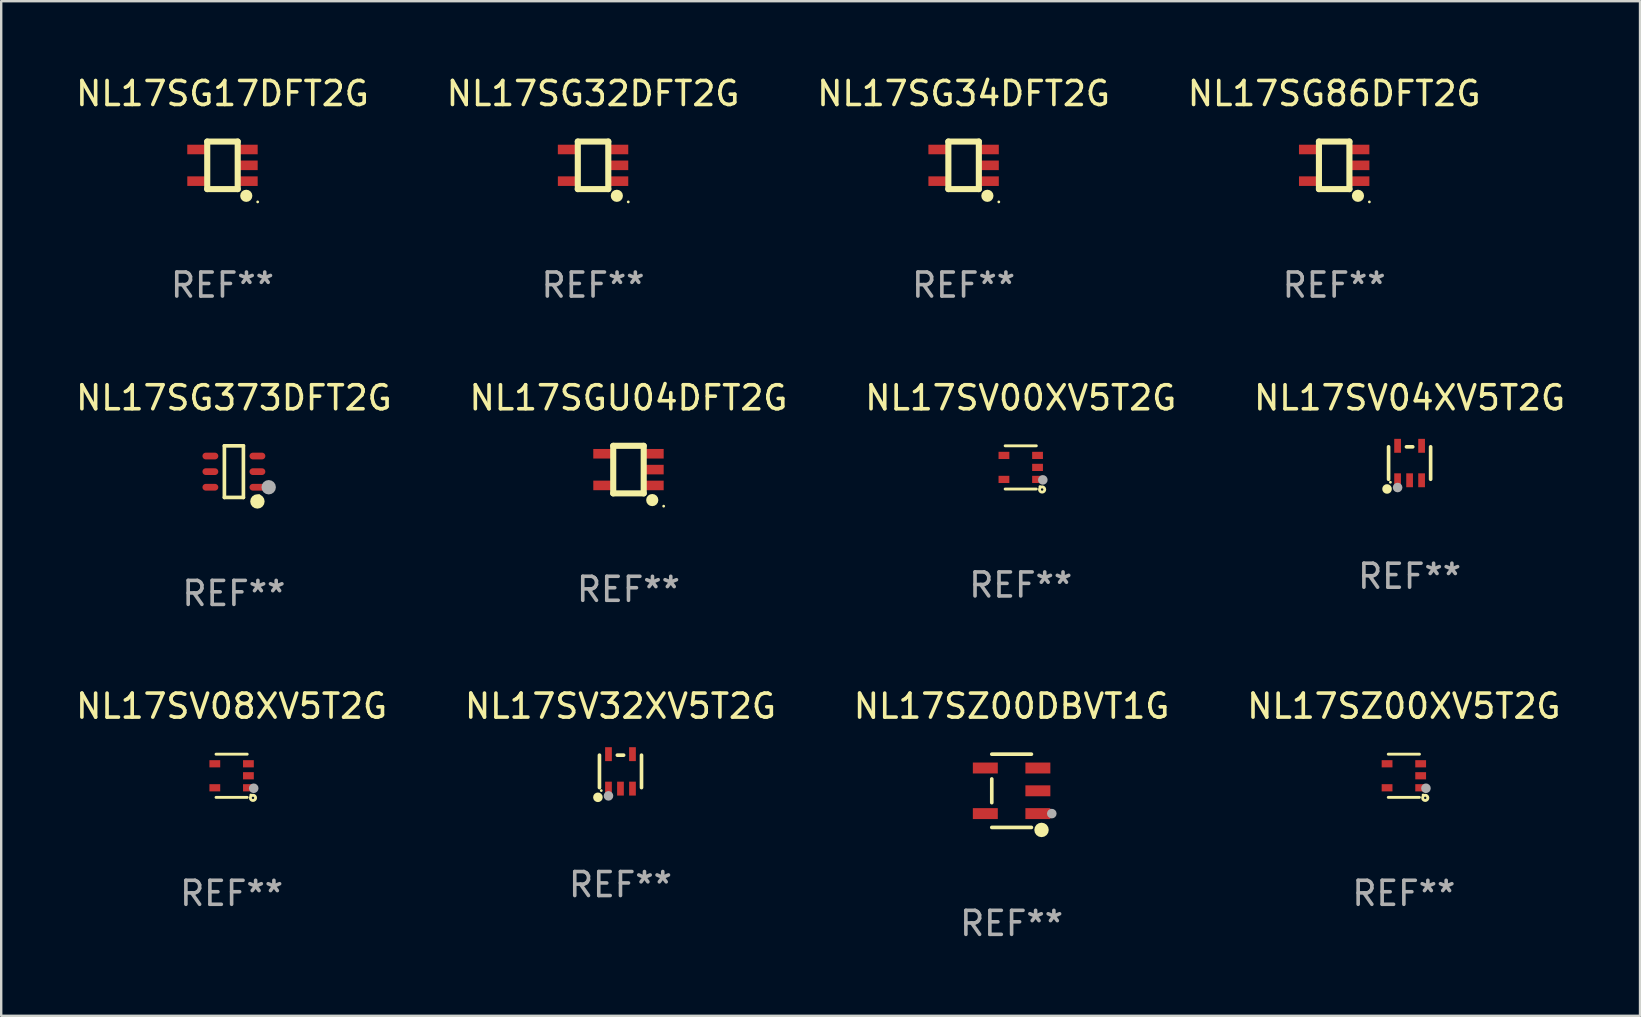
<source format=kicad_pcb>
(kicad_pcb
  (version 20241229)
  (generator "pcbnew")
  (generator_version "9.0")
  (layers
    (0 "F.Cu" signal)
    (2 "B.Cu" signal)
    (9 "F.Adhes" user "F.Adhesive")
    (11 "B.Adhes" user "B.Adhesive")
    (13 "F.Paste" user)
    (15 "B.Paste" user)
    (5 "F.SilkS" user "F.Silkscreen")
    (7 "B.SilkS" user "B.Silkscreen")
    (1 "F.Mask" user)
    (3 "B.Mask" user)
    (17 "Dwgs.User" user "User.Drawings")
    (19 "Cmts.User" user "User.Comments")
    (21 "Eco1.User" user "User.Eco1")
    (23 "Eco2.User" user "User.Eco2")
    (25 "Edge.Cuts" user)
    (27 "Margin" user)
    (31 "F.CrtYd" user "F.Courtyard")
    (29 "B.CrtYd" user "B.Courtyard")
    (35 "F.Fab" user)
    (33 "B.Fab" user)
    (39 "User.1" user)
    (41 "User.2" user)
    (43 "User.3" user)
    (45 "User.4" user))
  (footprint "NL17SV04XV5T2G"
    (layer "F.Cu")
    (at 55.685 16.244)
    (property "Reference" "NL17SV04XV5T2G" (at 0 -2.718 0) (layer "F.SilkS") (effects (font (size 1 1) (thickness 0.15))))
    (attr through_hole)
    (fp_line (start -0.876 0.676) (end -0.876 -0.676) (stroke (width 0.152) (type solid)) (layer "F.SilkS"))
    (fp_line (start 0.131 -0.676) (end -0.131 -0.676) (stroke (width 0.152) (type solid)) (layer "F.SilkS"))
    (fp_line (start 0.876 0.676) (end 0.876 -0.676) (stroke (width 0.152) (type solid)) (layer "F.SilkS"))
    (fp_circle (center -0.94 1.08) (end -0.84 1.08) (stroke (width 0.2) (type solid)) (fill no) (layer "F.SilkS"))
    (fp_circle (center -0.8 0.8) (end -0.77 0.8) (stroke (width 0.06) (type solid)) (fill no) (layer "F.SilkS"))
    (fp_circle (center -0.5 1.02) (end -0.4 1.02) (stroke (width 0.2) (type solid)) (fill no) (layer "F.Fab"))
    (fp_text user "REF**" (at 0 4.718 0) (layer "F.Fab") (effects (font (size 1 1) (thickness 0.15))))
    (pad "1" smd rect (at -0.5 0.718) (size 0.28 0.58) (layers "F.Cu" "F.Mask" "F.Paste"))
    (pad "2" smd rect (at -0.000102 0.718) (size 0.28 0.58) (layers "F.Cu" "F.Mask" "F.Paste"))
    (pad "3" smd rect (at 0.5 0.718) (size 0.28 0.58) (layers "F.Cu" "F.Mask" "F.Paste"))
    (pad "4" smd rect (at 0.5 -0.718) (size 0.28 0.58) (layers "F.Cu" "F.Mask" "F.Paste"))
    (pad "5" smd rect (at -0.5 -0.718) (size 0.28 0.58) (layers "F.Cu" "F.Mask" "F.Paste")))
  (footprint "NL17SG34DFT2G"
    (layer "F.Cu")
    (at 37.101 3.839)
    (property "Reference" "NL17SG34DFT2G" (at 0 -2.991 0) (layer "F.SilkS") (effects (font (size 1 1) (thickness 0.15))))
    (attr through_hole)
    (fp_line (start -0.635 -0.991) (end 0.635 -0.991) (stroke (width 0.254) (type solid)) (layer "F.SilkS"))
    (fp_line (start -0.635 0.991) (end -0.635 -0.991) (stroke (width 0.254) (type solid)) (layer "F.SilkS"))
    (fp_line (start 0.635 -0.991) (end 0.635 0.991) (stroke (width 0.254) (type solid)) (layer "F.SilkS"))
    (fp_line (start 0.635 0.991) (end -0.635 0.991) (stroke (width 0.254) (type solid)) (layer "F.SilkS"))
    (fp_circle (center 0.991 1.27) (end 1.118 1.27) (stroke (width 0.254) (type solid)) (fill no) (layer "F.SilkS"))
    (fp_circle (center 1.467 1.524) (end 1.497 1.524) (stroke (width 0.06) (type solid)) (fill no) (layer "F.SilkS"))
    (fp_text user "REF**" (at 0 4.991 0) (layer "F.Fab") (effects (font (size 1 1) (thickness 0.15))))
    (pad "1" smd rect (at 1.067 0.66 180) (size 0.8 0.399) (layers "F.Cu" "F.Mask" "F.Paste"))
    (pad "2" smd rect (at 1.067 0 180) (size 0.8 0.399) (layers "F.Cu" "F.Mask" "F.Paste"))
    (pad "3" smd rect (at 1.067 -0.66 180) (size 0.8 0.399) (layers "F.Cu" "F.Mask" "F.Paste"))
    (pad "4" smd rect (at -1.067 -0.66 180) (size 0.8 0.399) (layers "F.Cu" "F.Mask" "F.Paste"))
    (pad "5" smd rect (at -1.066 0.659 180) (size 0.8 0.399) (layers "F.Cu" "F.Mask" "F.Paste")))
  (footprint "NL17SG373DFT2G"
    (layer "F.Cu")
    (at 6.696 16.602)
    (property "Reference" "NL17SG373DFT2G" (at 0 -3.076 0) (layer "F.SilkS") (effects (font (size 1 1) (thickness 0.15))))
    (attr through_hole)
    (fp_line (start -0.396 -1.076) (end 0.396 -1.076) (stroke (width 0.152) (type solid)) (layer "F.SilkS"))
    (fp_line (start -0.396 1.076) (end -0.396 -1.076) (stroke (width 0.152) (type solid)) (layer "F.SilkS"))
    (fp_line (start 0.396 -1.076) (end 0.396 1.076) (stroke (width 0.152) (type solid)) (layer "F.SilkS"))
    (fp_line (start 0.396 1.076) (end -0.396 1.076) (stroke (width 0.152) (type solid)) (layer "F.SilkS"))
    (fp_circle (center 0.98 1.242) (end 1.13 1.242) (stroke (width 0.3) (type solid)) (fill no) (layer "F.SilkS"))
    (fp_circle (center 1.05 1) (end 1.08 1) (stroke (width 0.06) (type solid)) (fill no) (layer "F.SilkS"))
    (fp_circle (center 1.45 0.65) (end 1.6 0.65) (stroke (width 0.3) (type solid)) (fill no) (layer "F.Fab"))
    (fp_text user "REF**" (at 0 5.076 0) (layer "F.Fab") (effects (font (size 1 1) (thickness 0.15))))
    (pad "1" smd oval (at 0.98 0.65 90) (size 0.28 0.66) (layers "F.Cu" "F.Mask" "F.Paste"))
    (pad "2" smd oval (at 0.98 0 90) (size 0.28 0.66) (layers "F.Cu" "F.Mask" "F.Paste"))
    (pad "3" smd oval (at 0.98 -0.65 90) (size 0.28 0.66) (layers "F.Cu" "F.Mask" "F.Paste"))
    (pad "4" smd oval (at -0.98 -0.65 90) (size 0.28 0.66) (layers "F.Cu" "F.Mask" "F.Paste"))
    (pad "5" smd oval (at -0.98 0 90) (size 0.28 0.66) (layers "F.Cu" "F.Mask" "F.Paste"))
    (pad "6" smd oval (at -0.98 0.65 90) (size 0.28 0.66) (layers "F.Cu" "F.Mask" "F.Paste")))
  (footprint "NL17SGU04DFT2G"
    (layer "F.Cu")
    (at 23.137 16.517)
    (property "Reference" "NL17SGU04DFT2G" (at 0 -2.991 0) (layer "F.SilkS") (effects (font (size 1 1) (thickness 0.15))))
    (attr through_hole)
    (fp_line (start -0.635 -0.991) (end 0.635 -0.991) (stroke (width 0.254) (type solid)) (layer "F.SilkS"))
    (fp_line (start -0.635 0.991) (end -0.635 -0.991) (stroke (width 0.254) (type solid)) (layer "F.SilkS"))
    (fp_line (start 0.635 -0.991) (end 0.635 0.991) (stroke (width 0.254) (type solid)) (layer "F.SilkS"))
    (fp_line (start 0.635 0.991) (end -0.635 0.991) (stroke (width 0.254) (type solid)) (layer "F.SilkS"))
    (fp_circle (center 0.991 1.27) (end 1.118 1.27) (stroke (width 0.254) (type solid)) (fill no) (layer "F.SilkS"))
    (fp_circle (center 1.467 1.524) (end 1.497 1.524) (stroke (width 0.06) (type solid)) (fill no) (layer "F.SilkS"))
    (fp_text user "REF**" (at 0 4.991 0) (layer "F.Fab") (effects (font (size 1 1) (thickness 0.15))))
    (pad "1" smd rect (at 1.067 0.66 180) (size 0.8 0.399) (layers "F.Cu" "F.Mask" "F.Paste"))
    (pad "2" smd rect (at 1.067 0 180) (size 0.8 0.399) (layers "F.Cu" "F.Mask" "F.Paste"))
    (pad "3" smd rect (at 1.067 -0.66 180) (size 0.8 0.399) (layers "F.Cu" "F.Mask" "F.Paste"))
    (pad "4" smd rect (at -1.067 -0.66 180) (size 0.8 0.399) (layers "F.Cu" "F.Mask" "F.Paste"))
    (pad "5" smd rect (at -1.066 0.659 180) (size 0.8 0.399) (layers "F.Cu" "F.Mask" "F.Paste")))
  (footprint "NL17SV32XV5T2G"
    (layer "F.Cu")
    (at 22.804 29.092)
    (property "Reference" "NL17SV32XV5T2G" (at 0 -2.718 0) (layer "F.SilkS") (effects (font (size 1 1) (thickness 0.15))))
    (attr through_hole)
    (fp_line (start -0.876 0.676) (end -0.876 -0.676) (stroke (width 0.152) (type solid)) (layer "F.SilkS"))
    (fp_line (start 0.131 -0.676) (end -0.131 -0.676) (stroke (width 0.152) (type solid)) (layer "F.SilkS"))
    (fp_line (start 0.876 0.676) (end 0.876 -0.676) (stroke (width 0.152) (type solid)) (layer "F.SilkS"))
    (fp_circle (center -0.94 1.08) (end -0.84 1.08) (stroke (width 0.2) (type solid)) (fill no) (layer "F.SilkS"))
    (fp_circle (center -0.8 0.8) (end -0.77 0.8) (stroke (width 0.06) (type solid)) (fill no) (layer "F.SilkS"))
    (fp_circle (center -0.5 1.02) (end -0.4 1.02) (stroke (width 0.2) (type solid)) (fill no) (layer "F.Fab"))
    (fp_text user "REF**" (at 0 4.718 0) (layer "F.Fab") (effects (font (size 1 1) (thickness 0.15))))
    (pad "1" smd rect (at -0.5 0.718) (size 0.28 0.58) (layers "F.Cu" "F.Mask" "F.Paste"))
    (pad "2" smd rect (at -0.000102 0.718) (size 0.28 0.58) (layers "F.Cu" "F.Mask" "F.Paste"))
    (pad "3" smd rect (at 0.5 0.718) (size 0.28 0.58) (layers "F.Cu" "F.Mask" "F.Paste"))
    (pad "4" smd rect (at 0.5 -0.718) (size 0.28 0.58) (layers "F.Cu" "F.Mask" "F.Paste"))
    (pad "5" smd rect (at -0.5 -0.718) (size 0.28 0.58) (layers "F.Cu" "F.Mask" "F.Paste")))
  (footprint "NL17SZ00XV5T2G"
    (layer "F.Cu")
    (at 55.446 29.275)
    (property "Reference" "NL17SZ00XV5T2G" (at 0 -2.9 0) (layer "F.SilkS") (effects (font (size 1 1) (thickness 0.15))))
    (attr through_hole)
    (fp_line (start -0.65 -0.9) (end 0.65 -0.9) (stroke (width 0.12) (type solid)) (layer "F.SilkS"))
    (fp_line (start -0.65 0.9) (end 0.65 0.9) (stroke (width 0.12) (type solid)) (layer "F.SilkS"))
    (fp_circle (center 0.8 0.8) (end 0.83 0.8) (stroke (width 0.06) (type solid)) (fill no) (layer "F.SilkS"))
    (fp_circle (center 0.89 0.92) (end 0.94 0.92) (stroke (width 0.12) (type solid)) (fill no) (layer "F.SilkS"))
    (fp_circle (center 0.92 0.52) (end 1.02 0.52) (stroke (width 0.2) (type solid)) (fill no) (layer "F.Fab"))
    (fp_text user "REF**" (at 0 4.9 0) (layer "F.Fab") (effects (font (size 1 1) (thickness 0.15))))
    (pad "1" smd rect (at 0.7 0.5) (size 0.45 0.3) (layers "F.Cu" "F.Mask" "F.Paste"))
    (pad "2" smd rect (at 0.7 -0.000356) (size 0.45 0.3) (layers "F.Cu" "F.Mask" "F.Paste"))
    (pad "3" smd rect (at 0.7 -0.5) (size 0.45 0.3) (layers "F.Cu" "F.Mask" "F.Paste"))
    (pad "4" smd rect (at -0.7 -0.5) (size 0.45 0.3) (layers "F.Cu" "F.Mask" "F.Paste"))
    (pad "5" smd rect (at -0.7 0.5) (size 0.45 0.3) (layers "F.Cu" "F.Mask" "F.Paste")))
  (footprint "NL17SV08XV5T2G"
    (layer "F.Cu")
    (at 6.601 29.275)
    (property "Reference" "NL17SV08XV5T2G" (at 0 -2.9 0) (layer "F.SilkS") (effects (font (size 1 1) (thickness 0.15))))
    (attr through_hole)
    (fp_line (start -0.65 -0.9) (end 0.65 -0.9) (stroke (width 0.12) (type solid)) (layer "F.SilkS"))
    (fp_line (start -0.65 0.9) (end 0.65 0.9) (stroke (width 0.12) (type solid)) (layer "F.SilkS"))
    (fp_circle (center 0.8 0.8) (end 0.83 0.8) (stroke (width 0.06) (type solid)) (fill no) (layer "F.SilkS"))
    (fp_circle (center 0.89 0.92) (end 0.94 0.92) (stroke (width 0.12) (type solid)) (fill no) (layer "F.SilkS"))
    (fp_circle (center 0.92 0.52) (end 1.02 0.52) (stroke (width 0.2) (type solid)) (fill no) (layer "F.Fab"))
    (fp_text user "REF**" (at 0 4.9 0) (layer "F.Fab") (effects (font (size 1 1) (thickness 0.15))))
    (pad "1" smd rect (at 0.7 0.5) (size 0.45 0.3) (layers "F.Cu" "F.Mask" "F.Paste"))
    (pad "2" smd rect (at 0.7 -0.000356) (size 0.45 0.3) (layers "F.Cu" "F.Mask" "F.Paste"))
    (pad "3" smd rect (at 0.7 -0.5) (size 0.45 0.3) (layers "F.Cu" "F.Mask" "F.Paste"))
    (pad "4" smd rect (at -0.7 -0.5) (size 0.45 0.3) (layers "F.Cu" "F.Mask" "F.Paste"))
    (pad "5" smd rect (at -0.7 0.5) (size 0.45 0.3) (layers "F.Cu" "F.Mask" "F.Paste")))
  (footprint "NL17SG86DFT2G"
    (layer "F.Cu")
    (at 52.542 3.839)
    (property "Reference" "NL17SG86DFT2G" (at 0 -2.991 0) (layer "F.SilkS") (effects (font (size 1 1) (thickness 0.15))))
    (attr through_hole)
    (fp_line (start -0.635 -0.991) (end 0.635 -0.991) (stroke (width 0.254) (type solid)) (layer "F.SilkS"))
    (fp_line (start -0.635 0.991) (end -0.635 -0.991) (stroke (width 0.254) (type solid)) (layer "F.SilkS"))
    (fp_line (start 0.635 -0.991) (end 0.635 0.991) (stroke (width 0.254) (type solid)) (layer "F.SilkS"))
    (fp_line (start 0.635 0.991) (end -0.635 0.991) (stroke (width 0.254) (type solid)) (layer "F.SilkS"))
    (fp_circle (center 0.991 1.27) (end 1.118 1.27) (stroke (width 0.254) (type solid)) (fill no) (layer "F.SilkS"))
    (fp_circle (center 1.467 1.524) (end 1.497 1.524) (stroke (width 0.06) (type solid)) (fill no) (layer "F.SilkS"))
    (fp_text user "REF**" (at 0 4.991 0) (layer "F.Fab") (effects (font (size 1 1) (thickness 0.15))))
    (pad "1" smd rect (at 1.067 0.66 180) (size 0.8 0.399) (layers "F.Cu" "F.Mask" "F.Paste"))
    (pad "2" smd rect (at 1.067 0 180) (size 0.8 0.399) (layers "F.Cu" "F.Mask" "F.Paste"))
    (pad "3" smd rect (at 1.067 -0.66 180) (size 0.8 0.399) (layers "F.Cu" "F.Mask" "F.Paste"))
    (pad "4" smd rect (at -1.067 -0.66 180) (size 0.8 0.399) (layers "F.Cu" "F.Mask" "F.Paste"))
    (pad "5" smd rect (at -1.066 0.659 180) (size 0.8 0.399) (layers "F.Cu" "F.Mask" "F.Paste")))
  (footprint "NL17SZ00DBVT1G"
    (layer "F.Cu")
    (at 39.101 29.901)
    (property "Reference" "NL17SZ00DBVT1G" (at 0 -3.526 0) (layer "F.SilkS") (effects (font (size 1 1) (thickness 0.15))))
    (attr through_hole)
    (fp_line (start -0.826 -0.494) (end -0.826 0.494) (stroke (width 0.152) (type solid)) (layer "F.SilkS"))
    (fp_line (start 0.826 -1.526) (end -0.826 -1.526) (stroke (width 0.152) (type solid)) (layer "F.SilkS"))
    (fp_line (start 0.826 1.526) (end -0.826 1.526) (stroke (width 0.152) (type solid)) (layer "F.SilkS"))
    (fp_circle (center 1.247 1.63) (end 1.398 1.63) (stroke (width 0.3) (type solid)) (fill no) (layer "F.SilkS"))
    (fp_circle (center 1.375 1.45) (end 1.405 1.45) (stroke (width 0.06) (type solid)) (fill no) (layer "F.SilkS"))
    (fp_circle (center 1.675 0.95) (end 1.775 0.95) (stroke (width 0.2) (type solid)) (fill no) (layer "F.Fab"))
    (fp_text user "REF**" (at 0 5.526 0) (layer "F.Fab") (effects (font (size 1 1) (thickness 0.15))))
    (pad "1" smd rect (at 1.095 0.95 270) (size 0.455 1.04) (layers "F.Cu" "F.Mask" "F.Paste"))
    (pad "2" smd rect (at 1.095 0 270) (size 0.455 1.04) (layers "F.Cu" "F.Mask" "F.Paste"))
    (pad "3" smd rect (at 1.095 -0.95 270) (size 0.455 1.04) (layers "F.Cu" "F.Mask" "F.Paste"))
    (pad "4" smd rect (at -1.095 -0.95 270) (size 0.455 1.04) (layers "F.Cu" "F.Mask" "F.Paste"))
    (pad "5" smd rect (at -1.095 0.95 270) (size 0.455 1.04) (layers "F.Cu" "F.Mask" "F.Paste")))
  (footprint "NL17SV00XV5T2G"
    (layer "F.Cu")
    (at 39.482 16.426)
    (property "Reference" "NL17SV00XV5T2G" (at 0 -2.9 0) (layer "F.SilkS") (effects (font (size 1 1) (thickness 0.15))))
    (attr through_hole)
    (fp_line (start -0.65 -0.9) (end 0.65 -0.9) (stroke (width 0.12) (type solid)) (layer "F.SilkS"))
    (fp_line (start -0.65 0.9) (end 0.65 0.9) (stroke (width 0.12) (type solid)) (layer "F.SilkS"))
    (fp_circle (center 0.8 0.8) (end 0.83 0.8) (stroke (width 0.06) (type solid)) (fill no) (layer "F.SilkS"))
    (fp_circle (center 0.89 0.92) (end 0.94 0.92) (stroke (width 0.12) (type solid)) (fill no) (layer "F.SilkS"))
    (fp_circle (center 0.92 0.52) (end 1.02 0.52) (stroke (width 0.2) (type solid)) (fill no) (layer "F.Fab"))
    (fp_text user "REF**" (at 0 4.9 0) (layer "F.Fab") (effects (font (size 1 1) (thickness 0.15))))
    (pad "1" smd rect (at 0.7 0.5) (size 0.45 0.3) (layers "F.Cu" "F.Mask" "F.Paste"))
    (pad "2" smd rect (at 0.7 -0.000356) (size 0.45 0.3) (layers "F.Cu" "F.Mask" "F.Paste"))
    (pad "3" smd rect (at 0.7 -0.5) (size 0.45 0.3) (layers "F.Cu" "F.Mask" "F.Paste"))
    (pad "4" smd rect (at -0.7 -0.5) (size 0.45 0.3) (layers "F.Cu" "F.Mask" "F.Paste"))
    (pad "5" smd rect (at -0.7 0.5) (size 0.45 0.3) (layers "F.Cu" "F.Mask" "F.Paste")))
  (footprint "NL17SG17DFT2G"
    (layer "F.Cu")
    (at 6.22 3.839)
    (property "Reference" "NL17SG17DFT2G" (at 0 -2.991 0) (layer "F.SilkS") (effects (font (size 1 1) (thickness 0.15))))
    (attr through_hole)
    (fp_line (start -0.635 -0.991) (end 0.635 -0.991) (stroke (width 0.254) (type solid)) (layer "F.SilkS"))
    (fp_line (start -0.635 0.991) (end -0.635 -0.991) (stroke (width 0.254) (type solid)) (layer "F.SilkS"))
    (fp_line (start 0.635 -0.991) (end 0.635 0.991) (stroke (width 0.254) (type solid)) (layer "F.SilkS"))
    (fp_line (start 0.635 0.991) (end -0.635 0.991) (stroke (width 0.254) (type solid)) (layer "F.SilkS"))
    (fp_circle (center 0.991 1.27) (end 1.118 1.27) (stroke (width 0.254) (type solid)) (fill no) (layer "F.SilkS"))
    (fp_circle (center 1.467 1.524) (end 1.497 1.524) (stroke (width 0.06) (type solid)) (fill no) (layer "F.SilkS"))
    (fp_text user "REF**" (at 0 4.991 0) (layer "F.Fab") (effects (font (size 1 1) (thickness 0.15))))
    (pad "1" smd rect (at 1.067 0.66 180) (size 0.8 0.399) (layers "F.Cu" "F.Mask" "F.Paste"))
    (pad "2" smd rect (at 1.067 0 180) (size 0.8 0.399) (layers "F.Cu" "F.Mask" "F.Paste"))
    (pad "3" smd rect (at 1.067 -0.66 180) (size 0.8 0.399) (layers "F.Cu" "F.Mask" "F.Paste"))
    (pad "4" smd rect (at -1.067 -0.66 180) (size 0.8 0.399) (layers "F.Cu" "F.Mask" "F.Paste"))
    (pad "5" smd rect (at -1.066 0.659 180) (size 0.8 0.399) (layers "F.Cu" "F.Mask" "F.Paste")))
  (footprint "NL17SG32DFT2G"
    (layer "F.Cu")
    (at 21.661 3.839)
    (property "Reference" "NL17SG32DFT2G" (at 0 -2.991 0) (layer "F.SilkS") (effects (font (size 1 1) (thickness 0.15))))
    (attr through_hole)
    (fp_line (start -0.635 -0.991) (end 0.635 -0.991) (stroke (width 0.254) (type solid)) (layer "F.SilkS"))
    (fp_line (start -0.635 0.991) (end -0.635 -0.991) (stroke (width 0.254) (type solid)) (layer "F.SilkS"))
    (fp_line (start 0.635 -0.991) (end 0.635 0.991) (stroke (width 0.254) (type solid)) (layer "F.SilkS"))
    (fp_line (start 0.635 0.991) (end -0.635 0.991) (stroke (width 0.254) (type solid)) (layer "F.SilkS"))
    (fp_circle (center 0.991 1.27) (end 1.118 1.27) (stroke (width 0.254) (type solid)) (fill no) (layer "F.SilkS"))
    (fp_circle (center 1.467 1.524) (end 1.497 1.524) (stroke (width 0.06) (type solid)) (fill no) (layer "F.SilkS"))
    (fp_text user "REF**" (at 0 4.991 0) (layer "F.Fab") (effects (font (size 1 1) (thickness 0.15))))
    (pad "1" smd rect (at 1.067 0.66 180) (size 0.8 0.399) (layers "F.Cu" "F.Mask" "F.Paste"))
    (pad "2" smd rect (at 1.067 0 180) (size 0.8 0.399) (layers "F.Cu" "F.Mask" "F.Paste"))
    (pad "3" smd rect (at 1.067 -0.66 180) (size 0.8 0.399) (layers "F.Cu" "F.Mask" "F.Paste"))
    (pad "4" smd rect (at -1.067 -0.66 180) (size 0.8 0.399) (layers "F.Cu" "F.Mask" "F.Paste"))
    (pad "5" smd rect (at -1.066 0.659 180) (size 0.8 0.399) (layers "F.Cu" "F.Mask" "F.Paste")))
  (gr_rect
    (start -3 -3)
    (end 65.286 39.276)
    (stroke (width 0.1) (type default))
    (fill no)
    (layer "Edge.Cuts")))
</source>
